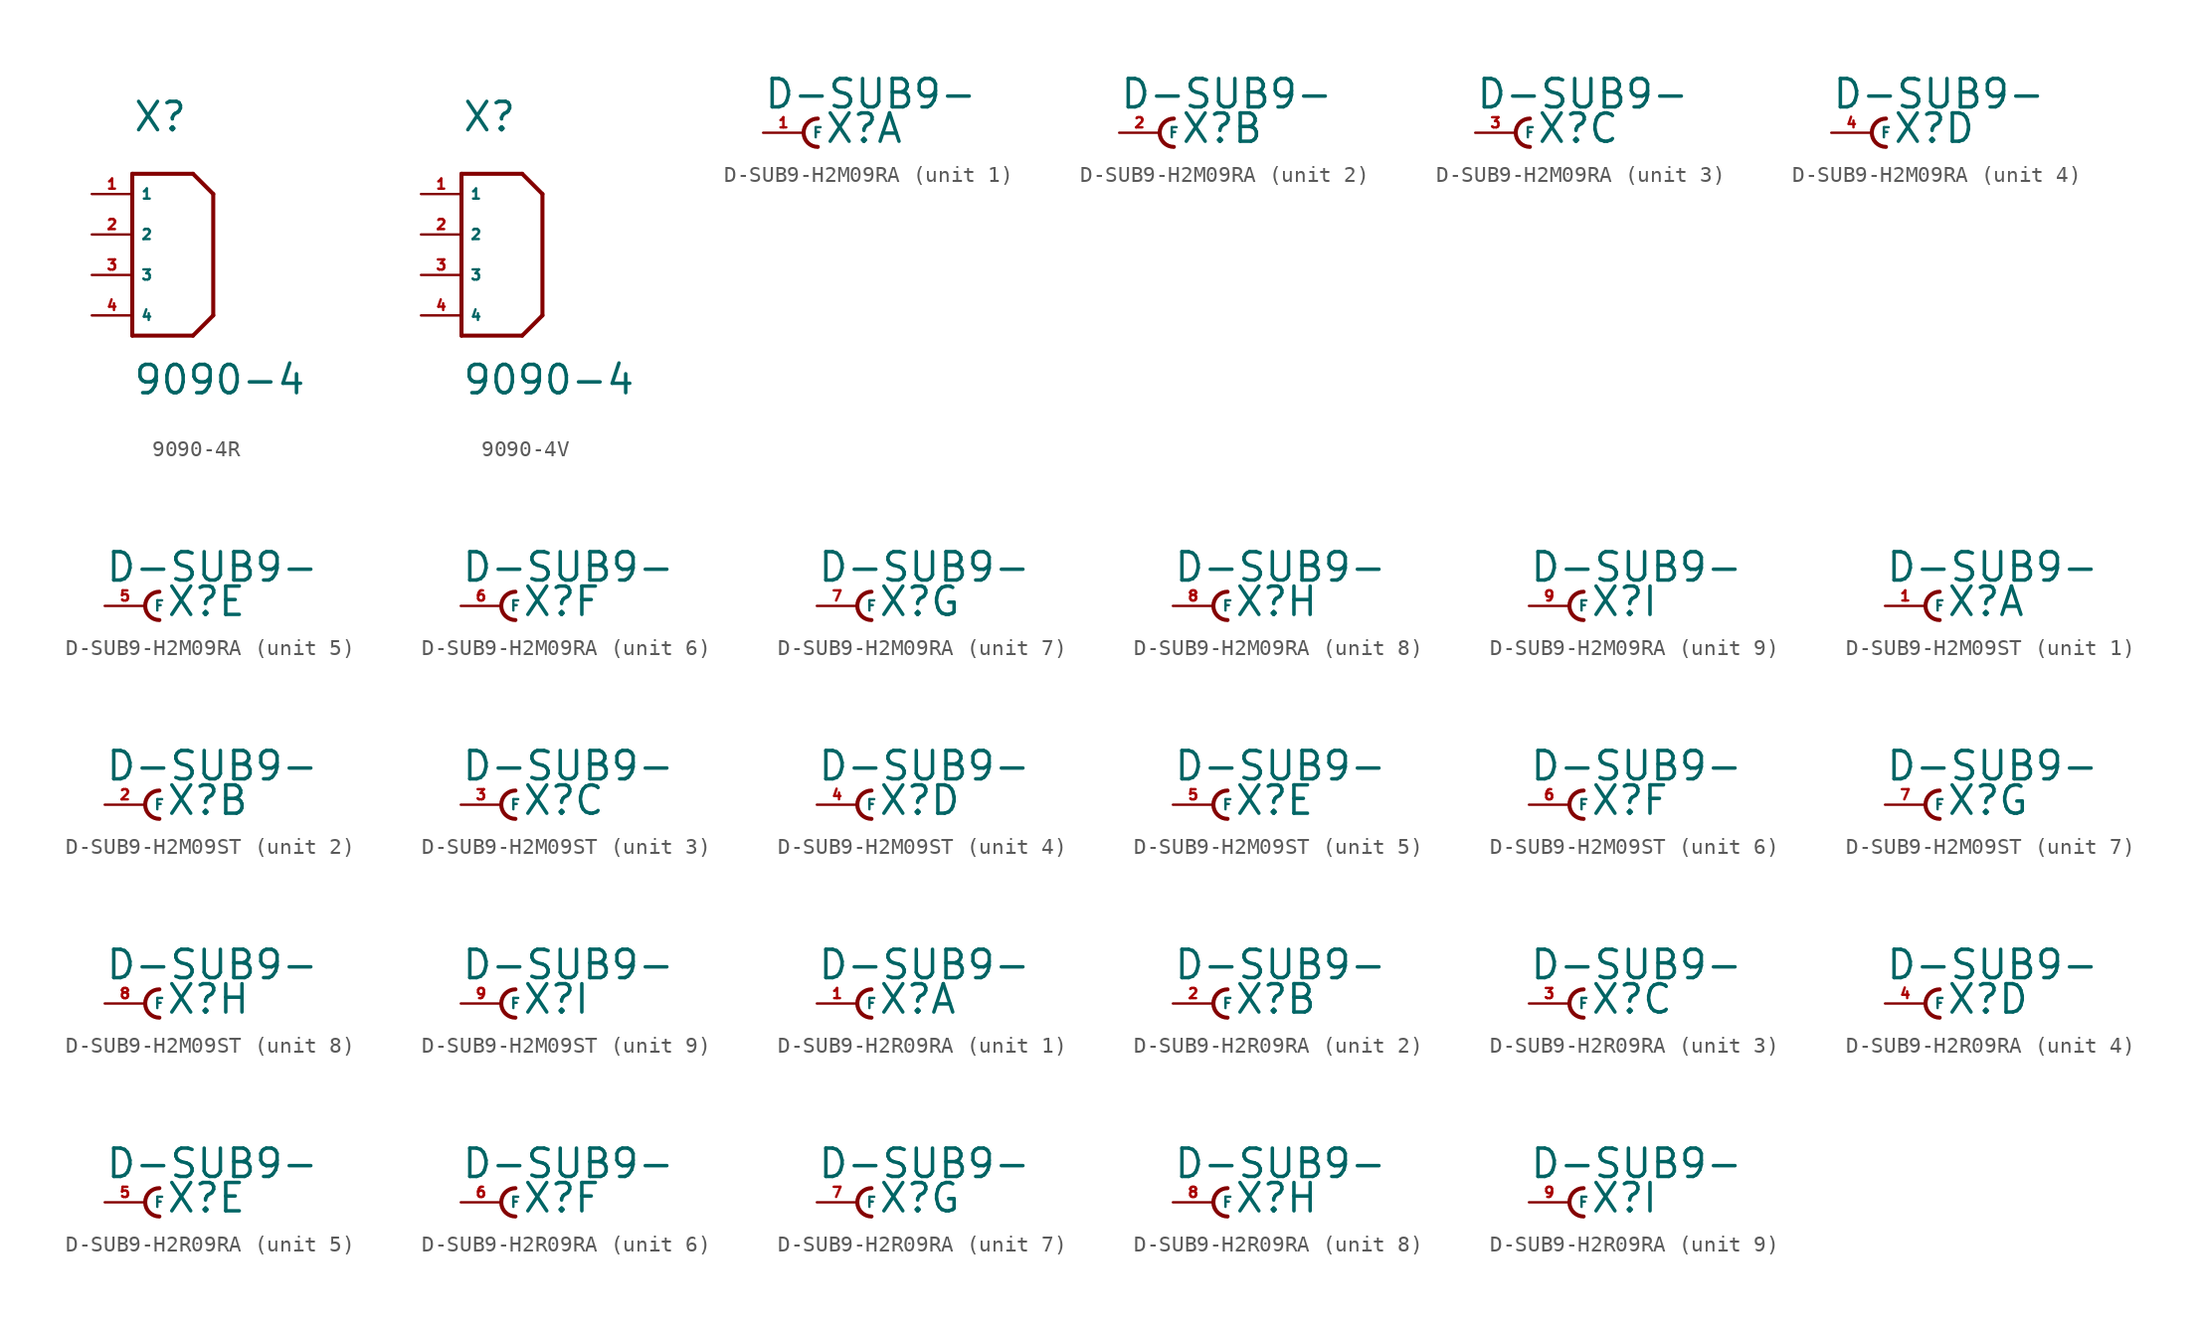
<source format=kicad_sym>
(kicad_symbol_lib
  (version 20220914)
  (generator Eagle2Kicad)
  (symbol "9090-4R"
    (property "Reference" "X"
      (at 0 8.89 0)
      (effects (font (size 1.778 1.778) (thickness 0.22)) (justify left bottom)))
    (property "Value" "9090-4"
      (at 0 -7.62 0)
      (effects (font (size 1.778 1.778) (thickness 0.22)) (justify left bottom)))
    (polyline
      (pts (xy 0 6.35) (xy 0 -3.81))
      (stroke (width 0.254) (type default))
      (fill (type none)))
    (polyline
      (pts (xy 0 -3.81) (xy 3.81 -3.81))
      (stroke (width 0.254) (type default))
      (fill (type none)))
    (polyline
      (pts (xy 3.81 -3.81) (xy 5.08 -2.54))
      (stroke (width 0.254) (type default))
      (fill (type none)))
    (polyline
      (pts (xy 5.08 -2.54) (xy 5.08 5.08))
      (stroke (width 0.254) (type default))
      (fill (type none)))
    (polyline
      (pts (xy 5.08 5.08) (xy 3.81 6.35))
      (stroke (width 0.254) (type default))
      (fill (type none)))
    (polyline
      (pts (xy 3.81 6.35) (xy 0 6.35))
      (stroke (width 0.254) (type default))
      (fill (type none)))
    (pin passive line
      (at -2.54 5.08 0)
      (length 2.54)
      (name "1" (effects (font (size 0.635 0.635) (thickness 0.08)) (justify left bottom)))
      (number "1" (effects (font (size 0.635 0.635) (thickness 0.08)) (justify left bottom))))
    (pin passive line
      (at -2.54 2.54 0)
      (length 2.54)
      (name "2" (effects (font (size 0.635 0.635) (thickness 0.08)) (justify left bottom)))
      (number "2" (effects (font (size 0.635 0.635) (thickness 0.08)) (justify left bottom))))
    (pin passive line
      (at -2.54 0 0)
      (length 2.54)
      (name "3" (effects (font (size 0.635 0.635) (thickness 0.08)) (justify left bottom)))
      (number "3" (effects (font (size 0.635 0.635) (thickness 0.08)) (justify left bottom))))
    (pin passive line
      (at -2.54 -2.54 0)
      (length 2.54)
      (name "4" (effects (font (size 0.635 0.635) (thickness 0.08)) (justify left bottom)))
      (number "4" (effects (font (size 0.635 0.635) (thickness 0.08)) (justify left bottom)))))
  (symbol "9090-4V"
    (property "Reference" "X"
      (at 0 8.89 0)
      (effects (font (size 1.778 1.778) (thickness 0.22)) (justify left bottom)))
    (property "Value" "9090-4"
      (at 0 -7.62 0)
      (effects (font (size 1.778 1.778) (thickness 0.22)) (justify left bottom)))
    (polyline
      (pts (xy 0 6.35) (xy 0 -3.81))
      (stroke (width 0.254) (type default))
      (fill (type none)))
    (polyline
      (pts (xy 0 -3.81) (xy 3.81 -3.81))
      (stroke (width 0.254) (type default))
      (fill (type none)))
    (polyline
      (pts (xy 3.81 -3.81) (xy 5.08 -2.54))
      (stroke (width 0.254) (type default))
      (fill (type none)))
    (polyline
      (pts (xy 5.08 -2.54) (xy 5.08 5.08))
      (stroke (width 0.254) (type default))
      (fill (type none)))
    (polyline
      (pts (xy 5.08 5.08) (xy 3.81 6.35))
      (stroke (width 0.254) (type default))
      (fill (type none)))
    (polyline
      (pts (xy 3.81 6.35) (xy 0 6.35))
      (stroke (width 0.254) (type default))
      (fill (type none)))
    (pin passive line
      (at -2.54 5.08 0)
      (length 2.54)
      (name "1" (effects (font (size 0.635 0.635) (thickness 0.08)) (justify left bottom)))
      (number "1" (effects (font (size 0.635 0.635) (thickness 0.08)) (justify left bottom))))
    (pin passive line
      (at -2.54 2.54 0)
      (length 2.54)
      (name "2" (effects (font (size 0.635 0.635) (thickness 0.08)) (justify left bottom)))
      (number "2" (effects (font (size 0.635 0.635) (thickness 0.08)) (justify left bottom))))
    (pin passive line
      (at -2.54 0 0)
      (length 2.54)
      (name "3" (effects (font (size 0.635 0.635) (thickness 0.08)) (justify left bottom)))
      (number "3" (effects (font (size 0.635 0.635) (thickness 0.08)) (justify left bottom))))
    (pin passive line
      (at -2.54 -2.54 0)
      (length 2.54)
      (name "4" (effects (font (size 0.635 0.635) (thickness 0.08)) (justify left bottom)))
      (number "4" (effects (font (size 0.635 0.635) (thickness 0.08)) (justify left bottom)))))
  (symbol "D-SUB9-H2M09RA"
    (property "Reference" "X"
      (at 1.27 -0.762 0)
      (effects (font (size 1.778 1.778) (thickness 0.22)) (justify left bottom)))
    (property "Value" "D-SUB9-"
      (at -2.54 1.397 0)
      (effects (font (size 1.778 1.778) (thickness 0.22)) (justify left bottom)))
    (symbol "D-SUB9-H2M09RA_1_0"
      (arc (start 0.889 0.889) (mid 0.000 0.000) (end 0.889 -0.889) (stroke (width 0.254) (type default)) (fill (type none)))
      (pin passive line (at -2.54 0 0) (length 2.54) (name "F" (effects (font (size 0.635 0.635) (thickness 0.08)) (justify left bottom))) (number "1" (effects (font (size 0.635 0.635) (thickness 0.08)) (justify left bottom)))))
    (symbol "D-SUB9-H2M09RA_2_0"
      (arc (start 0.889 0.889) (mid 0.000 0.000) (end 0.889 -0.889) (stroke (width 0.254) (type default)) (fill (type none)))
      (pin passive line (at -2.54 0 0) (length 2.54) (name "F" (effects (font (size 0.635 0.635) (thickness 0.08)) (justify left bottom))) (number "2" (effects (font (size 0.635 0.635) (thickness 0.08)) (justify left bottom)))))
    (symbol "D-SUB9-H2M09RA_3_0"
      (arc (start 0.889 0.889) (mid 0.000 0.000) (end 0.889 -0.889) (stroke (width 0.254) (type default)) (fill (type none)))
      (pin passive line (at -2.54 0 0) (length 2.54) (name "F" (effects (font (size 0.635 0.635) (thickness 0.08)) (justify left bottom))) (number "3" (effects (font (size 0.635 0.635) (thickness 0.08)) (justify left bottom)))))
    (symbol "D-SUB9-H2M09RA_4_0"
      (arc (start 0.889 0.889) (mid 0.000 0.000) (end 0.889 -0.889) (stroke (width 0.254) (type default)) (fill (type none)))
      (pin passive line (at -2.54 0 0) (length 2.54) (name "F" (effects (font (size 0.635 0.635) (thickness 0.08)) (justify left bottom))) (number "4" (effects (font (size 0.635 0.635) (thickness 0.08)) (justify left bottom)))))
    (symbol "D-SUB9-H2M09RA_5_0"
      (arc (start 0.889 0.889) (mid 0.000 0.000) (end 0.889 -0.889) (stroke (width 0.254) (type default)) (fill (type none)))
      (pin passive line (at -2.54 0 0) (length 2.54) (name "F" (effects (font (size 0.635 0.635) (thickness 0.08)) (justify left bottom))) (number "5" (effects (font (size 0.635 0.635) (thickness 0.08)) (justify left bottom)))))
    (symbol "D-SUB9-H2M09RA_6_0"
      (arc (start 0.889 0.889) (mid 0.000 0.000) (end 0.889 -0.889) (stroke (width 0.254) (type default)) (fill (type none)))
      (pin passive line (at -2.54 0 0) (length 2.54) (name "F" (effects (font (size 0.635 0.635) (thickness 0.08)) (justify left bottom))) (number "6" (effects (font (size 0.635 0.635) (thickness 0.08)) (justify left bottom)))))
    (symbol "D-SUB9-H2M09RA_7_0"
      (arc (start 0.889 0.889) (mid 0.000 0.000) (end 0.889 -0.889) (stroke (width 0.254) (type default)) (fill (type none)))
      (pin passive line (at -2.54 0 0) (length 2.54) (name "F" (effects (font (size 0.635 0.635) (thickness 0.08)) (justify left bottom))) (number "7" (effects (font (size 0.635 0.635) (thickness 0.08)) (justify left bottom)))))
    (symbol "D-SUB9-H2M09RA_8_0"
      (arc (start 0.889 0.889) (mid 0.000 0.000) (end 0.889 -0.889) (stroke (width 0.254) (type default)) (fill (type none)))
      (pin passive line (at -2.54 0 0) (length 2.54) (name "F" (effects (font (size 0.635 0.635) (thickness 0.08)) (justify left bottom))) (number "8" (effects (font (size 0.635 0.635) (thickness 0.08)) (justify left bottom)))))
    (symbol "D-SUB9-H2M09RA_9_0"
      (arc (start 0.889 0.889) (mid 0.000 0.000) (end 0.889 -0.889) (stroke (width 0.254) (type default)) (fill (type none)))
      (pin passive line (at -2.54 0 0) (length 2.54) (name "F" (effects (font (size 0.635 0.635) (thickness 0.08)) (justify left bottom))) (number "9" (effects (font (size 0.635 0.635) (thickness 0.08)) (justify left bottom))))))
  (symbol "D-SUB9-H2M09ST"
    (property "Reference" "X"
      (at 1.27 -0.762 0)
      (effects (font (size 1.778 1.778) (thickness 0.22)) (justify left bottom)))
    (property "Value" "D-SUB9-"
      (at -2.54 1.397 0)
      (effects (font (size 1.778 1.778) (thickness 0.22)) (justify left bottom)))
    (symbol "D-SUB9-H2M09ST_1_0"
      (arc (start 0.889 0.889) (mid 0.000 0.000) (end 0.889 -0.889) (stroke (width 0.254) (type default)) (fill (type none)))
      (pin passive line (at -2.54 0 0) (length 2.54) (name "F" (effects (font (size 0.635 0.635) (thickness 0.08)) (justify left bottom))) (number "1" (effects (font (size 0.635 0.635) (thickness 0.08)) (justify left bottom)))))
    (symbol "D-SUB9-H2M09ST_2_0"
      (arc (start 0.889 0.889) (mid 0.000 0.000) (end 0.889 -0.889) (stroke (width 0.254) (type default)) (fill (type none)))
      (pin passive line (at -2.54 0 0) (length 2.54) (name "F" (effects (font (size 0.635 0.635) (thickness 0.08)) (justify left bottom))) (number "2" (effects (font (size 0.635 0.635) (thickness 0.08)) (justify left bottom)))))
    (symbol "D-SUB9-H2M09ST_3_0"
      (arc (start 0.889 0.889) (mid 0.000 0.000) (end 0.889 -0.889) (stroke (width 0.254) (type default)) (fill (type none)))
      (pin passive line (at -2.54 0 0) (length 2.54) (name "F" (effects (font (size 0.635 0.635) (thickness 0.08)) (justify left bottom))) (number "3" (effects (font (size 0.635 0.635) (thickness 0.08)) (justify left bottom)))))
    (symbol "D-SUB9-H2M09ST_4_0"
      (arc (start 0.889 0.889) (mid 0.000 0.000) (end 0.889 -0.889) (stroke (width 0.254) (type default)) (fill (type none)))
      (pin passive line (at -2.54 0 0) (length 2.54) (name "F" (effects (font (size 0.635 0.635) (thickness 0.08)) (justify left bottom))) (number "4" (effects (font (size 0.635 0.635) (thickness 0.08)) (justify left bottom)))))
    (symbol "D-SUB9-H2M09ST_5_0"
      (arc (start 0.889 0.889) (mid 0.000 0.000) (end 0.889 -0.889) (stroke (width 0.254) (type default)) (fill (type none)))
      (pin passive line (at -2.54 0 0) (length 2.54) (name "F" (effects (font (size 0.635 0.635) (thickness 0.08)) (justify left bottom))) (number "5" (effects (font (size 0.635 0.635) (thickness 0.08)) (justify left bottom)))))
    (symbol "D-SUB9-H2M09ST_6_0"
      (arc (start 0.889 0.889) (mid 0.000 0.000) (end 0.889 -0.889) (stroke (width 0.254) (type default)) (fill (type none)))
      (pin passive line (at -2.54 0 0) (length 2.54) (name "F" (effects (font (size 0.635 0.635) (thickness 0.08)) (justify left bottom))) (number "6" (effects (font (size 0.635 0.635) (thickness 0.08)) (justify left bottom)))))
    (symbol "D-SUB9-H2M09ST_7_0"
      (arc (start 0.889 0.889) (mid 0.000 0.000) (end 0.889 -0.889) (stroke (width 0.254) (type default)) (fill (type none)))
      (pin passive line (at -2.54 0 0) (length 2.54) (name "F" (effects (font (size 0.635 0.635) (thickness 0.08)) (justify left bottom))) (number "7" (effects (font (size 0.635 0.635) (thickness 0.08)) (justify left bottom)))))
    (symbol "D-SUB9-H2M09ST_8_0"
      (arc (start 0.889 0.889) (mid 0.000 0.000) (end 0.889 -0.889) (stroke (width 0.254) (type default)) (fill (type none)))
      (pin passive line (at -2.54 0 0) (length 2.54) (name "F" (effects (font (size 0.635 0.635) (thickness 0.08)) (justify left bottom))) (number "8" (effects (font (size 0.635 0.635) (thickness 0.08)) (justify left bottom)))))
    (symbol "D-SUB9-H2M09ST_9_0"
      (arc (start 0.889 0.889) (mid 0.000 0.000) (end 0.889 -0.889) (stroke (width 0.254) (type default)) (fill (type none)))
      (pin passive line (at -2.54 0 0) (length 2.54) (name "F" (effects (font (size 0.635 0.635) (thickness 0.08)) (justify left bottom))) (number "9" (effects (font (size 0.635 0.635) (thickness 0.08)) (justify left bottom))))))
  (symbol "D-SUB9-H2R09RA"
    (property "Reference" "X"
      (at 1.27 -0.762 0)
      (effects (font (size 1.778 1.778) (thickness 0.22)) (justify left bottom)))
    (property "Value" "D-SUB9-"
      (at -2.54 1.397 0)
      (effects (font (size 1.778 1.778) (thickness 0.22)) (justify left bottom)))
    (symbol "D-SUB9-H2R09RA_1_0"
      (arc (start 0.889 0.889) (mid 0.000 0.000) (end 0.889 -0.889) (stroke (width 0.254) (type default)) (fill (type none)))
      (pin passive line (at -2.54 0 0) (length 2.54) (name "F" (effects (font (size 0.635 0.635) (thickness 0.08)) (justify left bottom))) (number "1" (effects (font (size 0.635 0.635) (thickness 0.08)) (justify left bottom)))))
    (symbol "D-SUB9-H2R09RA_2_0"
      (arc (start 0.889 0.889) (mid 0.000 0.000) (end 0.889 -0.889) (stroke (width 0.254) (type default)) (fill (type none)))
      (pin passive line (at -2.54 0 0) (length 2.54) (name "F" (effects (font (size 0.635 0.635) (thickness 0.08)) (justify left bottom))) (number "2" (effects (font (size 0.635 0.635) (thickness 0.08)) (justify left bottom)))))
    (symbol "D-SUB9-H2R09RA_3_0"
      (arc (start 0.889 0.889) (mid 0.000 0.000) (end 0.889 -0.889) (stroke (width 0.254) (type default)) (fill (type none)))
      (pin passive line (at -2.54 0 0) (length 2.54) (name "F" (effects (font (size 0.635 0.635) (thickness 0.08)) (justify left bottom))) (number "3" (effects (font (size 0.635 0.635) (thickness 0.08)) (justify left bottom)))))
    (symbol "D-SUB9-H2R09RA_4_0"
      (arc (start 0.889 0.889) (mid 0.000 0.000) (end 0.889 -0.889) (stroke (width 0.254) (type default)) (fill (type none)))
      (pin passive line (at -2.54 0 0) (length 2.54) (name "F" (effects (font (size 0.635 0.635) (thickness 0.08)) (justify left bottom))) (number "4" (effects (font (size 0.635 0.635) (thickness 0.08)) (justify left bottom)))))
    (symbol "D-SUB9-H2R09RA_5_0"
      (arc (start 0.889 0.889) (mid 0.000 0.000) (end 0.889 -0.889) (stroke (width 0.254) (type default)) (fill (type none)))
      (pin passive line (at -2.54 0 0) (length 2.54) (name "F" (effects (font (size 0.635 0.635) (thickness 0.08)) (justify left bottom))) (number "5" (effects (font (size 0.635 0.635) (thickness 0.08)) (justify left bottom)))))
    (symbol "D-SUB9-H2R09RA_6_0"
      (arc (start 0.889 0.889) (mid 0.000 0.000) (end 0.889 -0.889) (stroke (width 0.254) (type default)) (fill (type none)))
      (pin passive line (at -2.54 0 0) (length 2.54) (name "F" (effects (font (size 0.635 0.635) (thickness 0.08)) (justify left bottom))) (number "6" (effects (font (size 0.635 0.635) (thickness 0.08)) (justify left bottom)))))
    (symbol "D-SUB9-H2R09RA_7_0"
      (arc (start 0.889 0.889) (mid 0.000 0.000) (end 0.889 -0.889) (stroke (width 0.254) (type default)) (fill (type none)))
      (pin passive line (at -2.54 0 0) (length 2.54) (name "F" (effects (font (size 0.635 0.635) (thickness 0.08)) (justify left bottom))) (number "7" (effects (font (size 0.635 0.635) (thickness 0.08)) (justify left bottom)))))
    (symbol "D-SUB9-H2R09RA_8_0"
      (arc (start 0.889 0.889) (mid 0.000 0.000) (end 0.889 -0.889) (stroke (width 0.254) (type default)) (fill (type none)))
      (pin passive line (at -2.54 0 0) (length 2.54) (name "F" (effects (font (size 0.635 0.635) (thickness 0.08)) (justify left bottom))) (number "8" (effects (font (size 0.635 0.635) (thickness 0.08)) (justify left bottom)))))
    (symbol "D-SUB9-H2R09RA_9_0"
      (arc (start 0.889 0.889) (mid 0.000 0.000) (end 0.889 -0.889) (stroke (width 0.254) (type default)) (fill (type none)))
      (pin passive line (at -2.54 0 0) (length 2.54) (name "F" (effects (font (size 0.635 0.635) (thickness 0.08)) (justify left bottom))) (number "9" (effects (font (size 0.635 0.635) (thickness 0.08)) (justify left bottom)))))))
</source>
